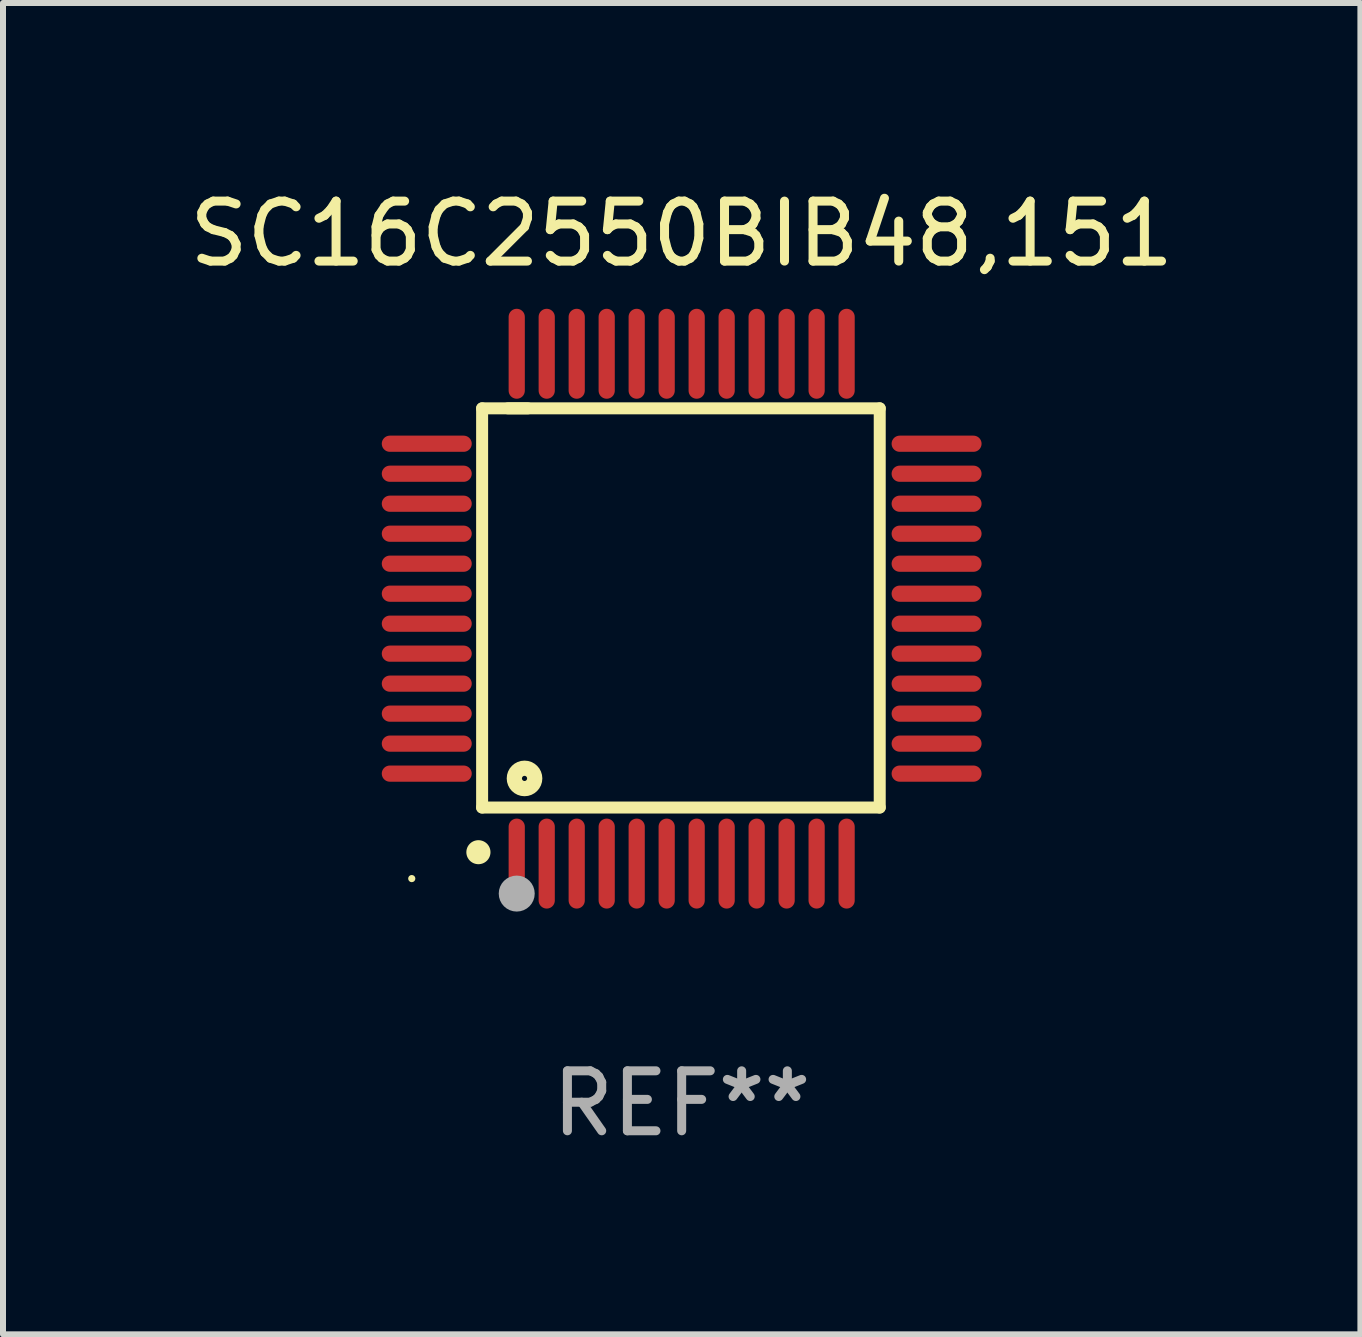
<source format=kicad_pcb>
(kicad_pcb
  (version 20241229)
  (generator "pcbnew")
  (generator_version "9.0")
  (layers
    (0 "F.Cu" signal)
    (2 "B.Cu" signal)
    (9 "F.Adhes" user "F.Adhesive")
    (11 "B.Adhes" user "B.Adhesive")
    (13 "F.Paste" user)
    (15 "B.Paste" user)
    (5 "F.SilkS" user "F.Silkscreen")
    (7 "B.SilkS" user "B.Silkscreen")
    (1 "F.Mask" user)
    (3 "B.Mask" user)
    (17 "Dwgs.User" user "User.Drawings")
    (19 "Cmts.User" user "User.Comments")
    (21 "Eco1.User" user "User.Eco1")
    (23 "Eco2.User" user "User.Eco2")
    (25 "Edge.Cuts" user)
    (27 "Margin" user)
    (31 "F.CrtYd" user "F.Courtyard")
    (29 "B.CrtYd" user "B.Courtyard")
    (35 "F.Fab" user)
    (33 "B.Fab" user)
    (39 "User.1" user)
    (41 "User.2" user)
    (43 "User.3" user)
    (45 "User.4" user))
  (footprint "SC16C2550BIB48,151"
    (layer "F.Cu")
    (at 8.315 7.098)
    (property "Reference" "SC16C2550BIB48,151" (at 0 -6.25 0) (layer "F.SilkS") (effects (font (size 1 1) (thickness 0.15))))
    (attr through_hole)
    (fp_line (start -3.327 -3.34) (end -2.565 -3.34) (stroke (width 0.2) (type solid)) (layer "F.SilkS"))
    (fp_line (start -3.327 3.315) (end -3.327 -3.34) (stroke (width 0.2) (type solid)) (layer "F.SilkS"))
    (fp_line (start -2.896 -3.34) (end 3.302 -3.34) (stroke (width 0.2) (type solid)) (layer "F.SilkS"))
    (fp_line (start 3.302 -3.34) (end 3.302 3.315) (stroke (width 0.2) (type solid)) (layer "F.SilkS"))
    (fp_line (start 3.302 3.315) (end -3.327 3.315) (stroke (width 0.2) (type solid)) (layer "F.SilkS"))
    (fp_arc (start -3.389992 4.059995) (mid -3.388722 4.059991) (end -3.387452 4.059995) (stroke (width 0.4) (type solid)) (layer "F.SilkS"))
    (fp_circle (center -4.5 4.5) (end -4.47 4.5) (stroke (width 0.06) (type solid)) (fill no) (layer "F.SilkS"))
    (fp_circle (center -2.62 2.83) (end -2.45 2.83) (stroke (width 0.254) (type solid)) (fill no) (layer "F.SilkS"))
    (fp_circle (center -2.75 4.75) (end -2.6 4.75) (stroke (width 0.3) (type solid)) (fill no) (layer "F.Fab"))
    (fp_text user "REF**" (at 0 8.25 0) (layer "F.Fab") (effects (font (size 1 1) (thickness 0.15))))
    (pad "1" smd oval (at -2.75 4.25) (size 0.27 1.5) (layers "F.Cu" "F.Mask" "F.Paste"))
    (pad "2" smd oval (at -2.25 4.25) (size 0.27 1.5) (layers "F.Cu" "F.Mask" "F.Paste"))
    (pad "3" smd oval (at -1.75 4.25) (size 0.27 1.5) (layers "F.Cu" "F.Mask" "F.Paste"))
    (pad "4" smd oval (at -1.25 4.25) (size 0.27 1.5) (layers "F.Cu" "F.Mask" "F.Paste"))
    (pad "5" smd oval (at -0.75 4.25) (size 0.27 1.5) (layers "F.Cu" "F.Mask" "F.Paste"))
    (pad "6" smd oval (at -0.25 4.25) (size 0.27 1.5) (layers "F.Cu" "F.Mask" "F.Paste"))
    (pad "7" smd oval (at 0.25 4.25) (size 0.27 1.5) (layers "F.Cu" "F.Mask" "F.Paste"))
    (pad "8" smd oval (at 0.75 4.25) (size 0.27 1.5) (layers "F.Cu" "F.Mask" "F.Paste"))
    (pad "9" smd oval (at 1.25 4.25) (size 0.27 1.5) (layers "F.Cu" "F.Mask" "F.Paste"))
    (pad "10" smd oval (at 1.75 4.25) (size 0.27 1.5) (layers "F.Cu" "F.Mask" "F.Paste"))
    (pad "11" smd oval (at 2.25 4.25) (size 0.27 1.5) (layers "F.Cu" "F.Mask" "F.Paste"))
    (pad "12" smd oval (at 2.75 4.25) (size 0.27 1.5) (layers "F.Cu" "F.Mask" "F.Paste"))
    (pad "13" smd oval (at 4.25 2.75) (size 1.5 0.27) (layers "F.Cu" "F.Mask" "F.Paste"))
    (pad "14" smd oval (at 4.25 2.25) (size 1.5 0.27) (layers "F.Cu" "F.Mask" "F.Paste"))
    (pad "15" smd oval (at 4.25 1.75) (size 1.5 0.27) (layers "F.Cu" "F.Mask" "F.Paste"))
    (pad "16" smd oval (at 4.25 1.25) (size 1.5 0.27) (layers "F.Cu" "F.Mask" "F.Paste"))
    (pad "17" smd oval (at 4.25 0.75) (size 1.5 0.27) (layers "F.Cu" "F.Mask" "F.Paste"))
    (pad "18" smd oval (at 4.25 0.25) (size 1.5 0.27) (layers "F.Cu" "F.Mask" "F.Paste"))
    (pad "19" smd oval (at 4.25 -0.25) (size 1.5 0.27) (layers "F.Cu" "F.Mask" "F.Paste"))
    (pad "20" smd oval (at 4.25 -0.75) (size 1.5 0.27) (layers "F.Cu" "F.Mask" "F.Paste"))
    (pad "21" smd oval (at 4.25 -1.25) (size 1.5 0.27) (layers "F.Cu" "F.Mask" "F.Paste"))
    (pad "22" smd oval (at 4.25 -1.75) (size 1.5 0.27) (layers "F.Cu" "F.Mask" "F.Paste"))
    (pad "23" smd oval (at 4.25 -2.25) (size 1.5 0.27) (layers "F.Cu" "F.Mask" "F.Paste"))
    (pad "24" smd oval (at 4.25 -2.75) (size 1.5 0.27) (layers "F.Cu" "F.Mask" "F.Paste"))
    (pad "25" smd oval (at 2.75 -4.25) (size 0.27 1.5) (layers "F.Cu" "F.Mask" "F.Paste"))
    (pad "26" smd oval (at 2.25 -4.25) (size 0.27 1.5) (layers "F.Cu" "F.Mask" "F.Paste"))
    (pad "27" smd oval (at 1.75 -4.25) (size 0.27 1.5) (layers "F.Cu" "F.Mask" "F.Paste"))
    (pad "28" smd oval (at 1.25 -4.25) (size 0.27 1.5) (layers "F.Cu" "F.Mask" "F.Paste"))
    (pad "29" smd oval (at 0.75 -4.25) (size 0.27 1.5) (layers "F.Cu" "F.Mask" "F.Paste"))
    (pad "30" smd oval (at 0.25 -4.25) (size 0.27 1.5) (layers "F.Cu" "F.Mask" "F.Paste"))
    (pad "31" smd oval (at -0.25 -4.25) (size 0.27 1.5) (layers "F.Cu" "F.Mask" "F.Paste"))
    (pad "32" smd oval (at -0.75 -4.25) (size 0.27 1.5) (layers "F.Cu" "F.Mask" "F.Paste"))
    (pad "33" smd oval (at -1.25 -4.25) (size 0.27 1.5) (layers "F.Cu" "F.Mask" "F.Paste"))
    (pad "34" smd oval (at -1.75 -4.25) (size 0.27 1.5) (layers "F.Cu" "F.Mask" "F.Paste"))
    (pad "35" smd oval (at -2.25 -4.25) (size 0.27 1.5) (layers "F.Cu" "F.Mask" "F.Paste"))
    (pad "36" smd oval (at -2.75 -4.25) (size 0.27 1.5) (layers "F.Cu" "F.Mask" "F.Paste"))
    (pad "37" smd oval (at -4.25 -2.75) (size 1.5 0.27) (layers "F.Cu" "F.Mask" "F.Paste"))
    (pad "38" smd oval (at -4.25 -2.25) (size 1.5 0.27) (layers "F.Cu" "F.Mask" "F.Paste"))
    (pad "39" smd oval (at -4.25 -1.75) (size 1.5 0.27) (layers "F.Cu" "F.Mask" "F.Paste"))
    (pad "40" smd oval (at -4.25 -1.25) (size 1.5 0.27) (layers "F.Cu" "F.Mask" "F.Paste"))
    (pad "41" smd oval (at -4.25 -0.75) (size 1.5 0.27) (layers "F.Cu" "F.Mask" "F.Paste"))
    (pad "42" smd oval (at -4.25 -0.25) (size 1.5 0.27) (layers "F.Cu" "F.Mask" "F.Paste"))
    (pad "43" smd oval (at -4.25 0.25) (size 1.5 0.27) (layers "F.Cu" "F.Mask" "F.Paste"))
    (pad "44" smd oval (at -4.25 0.75) (size 1.5 0.27) (layers "F.Cu" "F.Mask" "F.Paste"))
    (pad "45" smd oval (at -4.25 1.25) (size 1.5 0.27) (layers "F.Cu" "F.Mask" "F.Paste"))
    (pad "46" smd oval (at -4.25 1.75) (size 1.5 0.27) (layers "F.Cu" "F.Mask" "F.Paste"))
    (pad "47" smd oval (at -4.25 2.25) (size 1.5 0.27) (layers "F.Cu" "F.Mask" "F.Paste"))
    (pad "48" smd oval (at -4.25 2.75) (size 1.5 0.27) (layers "F.Cu" "F.Mask" "F.Paste")))
  (gr_rect
    (start -3 -3)
    (end 19.631 19.196)
    (stroke (width 0.1) (type default))
    (fill no)
    (layer "Edge.Cuts")))
</source>
